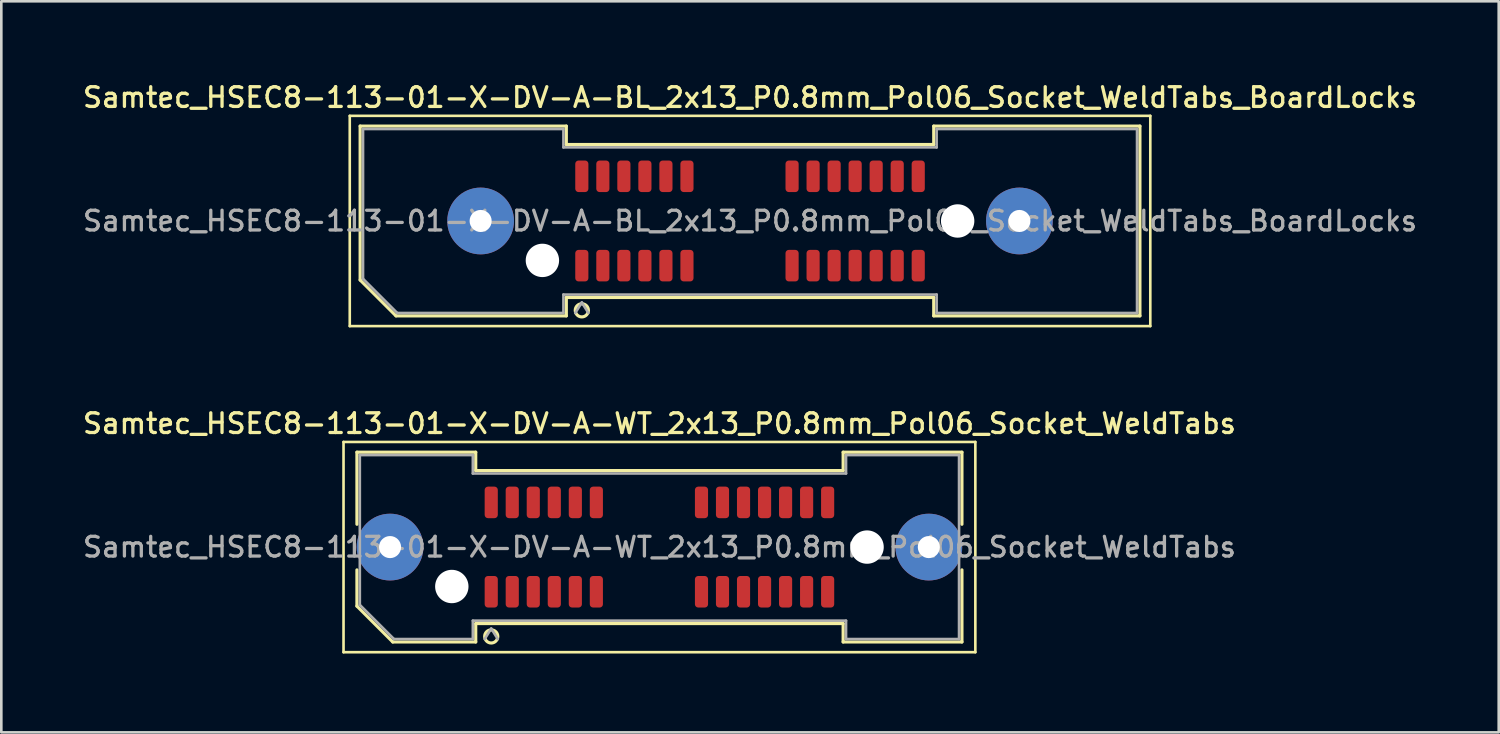
<source format=kicad_pcb>
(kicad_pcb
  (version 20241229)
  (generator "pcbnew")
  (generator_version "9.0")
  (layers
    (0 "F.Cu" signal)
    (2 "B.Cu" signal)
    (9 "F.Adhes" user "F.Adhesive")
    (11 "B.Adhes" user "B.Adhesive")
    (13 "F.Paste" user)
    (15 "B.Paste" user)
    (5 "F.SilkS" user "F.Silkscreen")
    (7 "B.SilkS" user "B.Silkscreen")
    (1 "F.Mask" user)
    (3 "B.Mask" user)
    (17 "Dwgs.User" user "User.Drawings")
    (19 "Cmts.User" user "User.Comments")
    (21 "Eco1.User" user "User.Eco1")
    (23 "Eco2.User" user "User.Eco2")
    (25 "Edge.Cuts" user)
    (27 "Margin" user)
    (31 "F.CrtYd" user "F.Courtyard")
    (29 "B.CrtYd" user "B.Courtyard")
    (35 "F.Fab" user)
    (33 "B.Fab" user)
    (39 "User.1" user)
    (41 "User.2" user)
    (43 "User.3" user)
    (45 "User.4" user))
  (footprint "Samtec_HSEC8-113-01-X-DV-A-WT_2x13_P0.8mm_Pol06_Socket_WeldTabs"
    (layer "F.Cu")
    (at 22.041 17.766)
    (property "Reference" "Samtec_HSEC8-113-01-X-DV-A-WT_2x13_P0.8mm_Pol06_Socket_WeldTabs" (at 0 -4.7 0) (layer "F.SilkS") (effects (font (size 0.75 0.75) (thickness 0.125))))
    (attr smd)
    (fp_line (start -12.02 -4) (end -12.02 4) (stroke (width 0.1) (type solid)) (layer "F.SilkS"))
    (fp_line (start -12.02 4) (end 12.02 4) (stroke (width 0.1) (type solid)) (layer "F.SilkS"))
    (fp_line (start -11.51 -3.61) (end -6.99 -3.61) (stroke (width 0.12) (type solid)) (layer "F.SilkS"))
    (fp_line (start -11.51 -0.868) (end -11.51 -3.61) (stroke (width 0.12) (type solid)) (layer "F.SilkS"))
    (fp_line (start -11.51 2.246) (end -11.51 0.868) (stroke (width 0.12) (type solid)) (layer "F.SilkS"))
    (fp_line (start -10.146 3.61) (end -11.51 2.246) (stroke (width 0.12) (type solid)) (layer "F.SilkS"))
    (fp_line (start -6.99 -3.61) (end -6.99 -2.91) (stroke (width 0.12) (type solid)) (layer "F.SilkS"))
    (fp_line (start -6.99 -2.91) (end 6.99 -2.91) (stroke (width 0.12) (type solid)) (layer "F.SilkS"))
    (fp_line (start -6.99 2.91) (end -6.99 3.61) (stroke (width 0.12) (type solid)) (layer "F.SilkS"))
    (fp_line (start -6.99 3.61) (end -10.146 3.61) (stroke (width 0.12) (type solid)) (layer "F.SilkS"))
    (fp_line (start 6.99 -3.61) (end 11.51 -3.61) (stroke (width 0.12) (type solid)) (layer "F.SilkS"))
    (fp_line (start 6.99 -2.91) (end 6.99 -3.61) (stroke (width 0.12) (type solid)) (layer "F.SilkS"))
    (fp_line (start 6.99 2.91) (end -6.99 2.91) (stroke (width 0.12) (type solid)) (layer "F.SilkS"))
    (fp_line (start 6.99 3.61) (end 6.99 2.91) (stroke (width 0.12) (type solid)) (layer "F.SilkS"))
    (fp_line (start 11.51 -3.61) (end 11.51 -0.868) (stroke (width 0.12) (type solid)) (layer "F.SilkS"))
    (fp_line (start 11.51 0.868) (end 11.51 3.61) (stroke (width 0.12) (type solid)) (layer "F.SilkS"))
    (fp_line (start 11.51 3.61) (end 6.99 3.61) (stroke (width 0.12) (type solid)) (layer "F.SilkS"))
    (fp_line (start 12.02 -4) (end -12.02 -4) (stroke (width 0.1) (type solid)) (layer "F.SilkS"))
    (fp_line (start 12.02 4) (end 12.02 -4) (stroke (width 0.1) (type solid)) (layer "F.SilkS"))
    (fp_arc (start -6.15 3.4) (mid -6.65 3.4) (end -6.15 3.4) (stroke (width 0.12) (type solid)) (layer "F.SilkS"))
    (fp_line (start -11.4 -3.5) (end -7.1 -3.5) (stroke (width 0.1) (type solid)) (layer "F.Fab"))
    (fp_line (start -11.4 2.2) (end -11.4 -3.5) (stroke (width 0.1) (type solid)) (layer "F.Fab"))
    (fp_line (start -10.1 3.5) (end -11.4 2.2) (stroke (width 0.1) (type solid)) (layer "F.Fab"))
    (fp_line (start -7.1 -3.5) (end -7.1 -2.8) (stroke (width 0.1) (type solid)) (layer "F.Fab"))
    (fp_line (start -7.1 -2.8) (end 7.1 -2.8) (stroke (width 0.1) (type solid)) (layer "F.Fab"))
    (fp_line (start -7.1 2.8) (end -7.1 3.5) (stroke (width 0.1) (type solid)) (layer "F.Fab"))
    (fp_line (start -7.1 3.5) (end -10.1 3.5) (stroke (width 0.1) (type solid)) (layer "F.Fab"))
    (fp_line (start -6.4 3.1) (end -6.65 3.5) (stroke (width 0.1) (type solid)) (layer "F.Fab"))
    (fp_line (start -6.4 3.1) (end -6.15 3.5) (stroke (width 0.1) (type solid)) (layer "F.Fab"))
    (fp_line (start 7.1 -3.5) (end 11.4 -3.5) (stroke (width 0.1) (type solid)) (layer "F.Fab"))
    (fp_line (start 7.1 -2.8) (end 7.1 -3.5) (stroke (width 0.1) (type solid)) (layer "F.Fab"))
    (fp_line (start 7.1 2.8) (end -7.1 2.8) (stroke (width 0.1) (type solid)) (layer "F.Fab"))
    (fp_line (start 7.1 3.5) (end 7.1 2.8) (stroke (width 0.1) (type solid)) (layer "F.Fab"))
    (fp_line (start 11.4 -3.5) (end 11.4 3.5) (stroke (width 0.1) (type solid)) (layer "F.Fab"))
    (fp_line (start 11.4 3.5) (end 7.1 3.5) (stroke (width 0.1) (type solid)) (layer "F.Fab"))
    (fp_text user "${REFERENCE}" (at 0 0 0) (layer "F.Fab") (effects (font (size 0.75 0.75) (thickness 0.125))))
    (pad "" thru_hole circle (at -10.25 0) (size 2.54 2.54) (drill 0.84) (layers "*.Cu" "*.Mask" "F.Paste"))
    (pad "" np_thru_hole circle (at -7.9 1.5) (size 1.27 1.27) (drill 1.27) (layers "*.Cu" "*.Mask"))
    (pad "" np_thru_hole circle (at 7.9 0) (size 1.27 1.27) (drill 1.27) (layers "*.Cu" "*.Mask"))
    (pad "" thru_hole circle (at 10.25 0) (size 2.54 2.54) (drill 0.84) (layers "*.Cu" "*.Mask" "F.Paste"))
    (pad "1" smd roundrect (at -6.4 1.7) (size 0.5 1.2) (layers "F.Cu" "F.Mask" "F.Paste") (roundrect_rratio 0.25))
    (pad "2" smd roundrect (at -6.4 -1.7) (size 0.5 1.2) (layers "F.Cu" "F.Mask" "F.Paste") (roundrect_rratio 0.25))
    (pad "3" smd roundrect (at -5.6 1.7) (size 0.5 1.2) (layers "F.Cu" "F.Mask" "F.Paste") (roundrect_rratio 0.25))
    (pad "4" smd roundrect (at -5.6 -1.7) (size 0.5 1.2) (layers "F.Cu" "F.Mask" "F.Paste") (roundrect_rratio 0.25))
    (pad "5" smd roundrect (at -4.8 1.7) (size 0.5 1.2) (layers "F.Cu" "F.Mask" "F.Paste") (roundrect_rratio 0.25))
    (pad "6" smd roundrect (at -4.8 -1.7) (size 0.5 1.2) (layers "F.Cu" "F.Mask" "F.Paste") (roundrect_rratio 0.25))
    (pad "7" smd roundrect (at -4 1.7) (size 0.5 1.2) (layers "F.Cu" "F.Mask" "F.Paste") (roundrect_rratio 0.25))
    (pad "8" smd roundrect (at -4 -1.7) (size 0.5 1.2) (layers "F.Cu" "F.Mask" "F.Paste") (roundrect_rratio 0.25))
    (pad "9" smd roundrect (at -3.2 1.7) (size 0.5 1.2) (layers "F.Cu" "F.Mask" "F.Paste") (roundrect_rratio 0.25))
    (pad "10" smd roundrect (at -3.2 -1.7) (size 0.5 1.2) (layers "F.Cu" "F.Mask" "F.Paste") (roundrect_rratio 0.25))
    (pad "11" smd roundrect (at -2.4 1.7) (size 0.5 1.2) (layers "F.Cu" "F.Mask" "F.Paste") (roundrect_rratio 0.25))
    (pad "12" smd roundrect (at -2.4 -1.7) (size 0.5 1.2) (layers "F.Cu" "F.Mask" "F.Paste") (roundrect_rratio 0.25))
    (pad "13" smd roundrect (at 1.6 1.7) (size 0.5 1.2) (layers "F.Cu" "F.Mask" "F.Paste") (roundrect_rratio 0.25))
    (pad "14" smd roundrect (at 1.6 -1.7) (size 0.5 1.2) (layers "F.Cu" "F.Mask" "F.Paste") (roundrect_rratio 0.25))
    (pad "15" smd roundrect (at 2.4 1.7) (size 0.5 1.2) (layers "F.Cu" "F.Mask" "F.Paste") (roundrect_rratio 0.25))
    (pad "16" smd roundrect (at 2.4 -1.7) (size 0.5 1.2) (layers "F.Cu" "F.Mask" "F.Paste") (roundrect_rratio 0.25))
    (pad "17" smd roundrect (at 3.2 1.7) (size 0.5 1.2) (layers "F.Cu" "F.Mask" "F.Paste") (roundrect_rratio 0.25))
    (pad "18" smd roundrect (at 3.2 -1.7) (size 0.5 1.2) (layers "F.Cu" "F.Mask" "F.Paste") (roundrect_rratio 0.25))
    (pad "19" smd roundrect (at 4 1.7) (size 0.5 1.2) (layers "F.Cu" "F.Mask" "F.Paste") (roundrect_rratio 0.25))
    (pad "20" smd roundrect (at 4 -1.7) (size 0.5 1.2) (layers "F.Cu" "F.Mask" "F.Paste") (roundrect_rratio 0.25))
    (pad "21" smd roundrect (at 4.8 1.7) (size 0.5 1.2) (layers "F.Cu" "F.Mask" "F.Paste") (roundrect_rratio 0.25))
    (pad "22" smd roundrect (at 4.8 -1.7) (size 0.5 1.2) (layers "F.Cu" "F.Mask" "F.Paste") (roundrect_rratio 0.25))
    (pad "23" smd roundrect (at 5.6 1.7) (size 0.5 1.2) (layers "F.Cu" "F.Mask" "F.Paste") (roundrect_rratio 0.25))
    (pad "24" smd roundrect (at 5.6 -1.7) (size 0.5 1.2) (layers "F.Cu" "F.Mask" "F.Paste") (roundrect_rratio 0.25))
    (pad "25" smd roundrect (at 6.4 1.7) (size 0.5 1.2) (layers "F.Cu" "F.Mask" "F.Paste") (roundrect_rratio 0.25))
    (pad "26" smd roundrect (at 6.4 -1.7) (size 0.5 1.2) (layers "F.Cu" "F.Mask" "F.Paste") (roundrect_rratio 0.25)))
  (footprint "Samtec_HSEC8-113-01-X-DV-A-BL_2x13_P0.8mm_Pol06_Socket_WeldTabs_BoardLocks"
    (layer "F.Cu")
    (at 25.488 5.358)
    (property "Reference" "Samtec_HSEC8-113-01-X-DV-A-BL_2x13_P0.8mm_Pol06_Socket_WeldTabs_BoardLocks" (at 0 -4.7 0) (layer "F.SilkS") (effects (font (size 0.75 0.75) (thickness 0.125))))
    (attr smd)
    (fp_line (start -15.23 -4) (end -15.23 4) (stroke (width 0.1) (type solid)) (layer "F.SilkS"))
    (fp_line (start -15.23 4) (end 15.23 4) (stroke (width 0.1) (type solid)) (layer "F.SilkS"))
    (fp_line (start -14.835 -3.61) (end -6.99 -3.61) (stroke (width 0.12) (type solid)) (layer "F.SilkS"))
    (fp_line (start -14.835 2.246) (end -14.835 -3.61) (stroke (width 0.12) (type solid)) (layer "F.SilkS"))
    (fp_line (start -13.471 3.61) (end -14.835 2.246) (stroke (width 0.12) (type solid)) (layer "F.SilkS"))
    (fp_line (start -6.99 -3.61) (end -6.99 -2.91) (stroke (width 0.12) (type solid)) (layer "F.SilkS"))
    (fp_line (start -6.99 -2.91) (end 6.99 -2.91) (stroke (width 0.12) (type solid)) (layer "F.SilkS"))
    (fp_line (start -6.99 2.91) (end -6.99 3.61) (stroke (width 0.12) (type solid)) (layer "F.SilkS"))
    (fp_line (start -6.99 3.61) (end -13.471 3.61) (stroke (width 0.12) (type solid)) (layer "F.SilkS"))
    (fp_line (start 6.99 -3.61) (end 14.835 -3.61) (stroke (width 0.12) (type solid)) (layer "F.SilkS"))
    (fp_line (start 6.99 -2.91) (end 6.99 -3.61) (stroke (width 0.12) (type solid)) (layer "F.SilkS"))
    (fp_line (start 6.99 2.91) (end -6.99 2.91) (stroke (width 0.12) (type solid)) (layer "F.SilkS"))
    (fp_line (start 6.99 3.61) (end 6.99 2.91) (stroke (width 0.12) (type solid)) (layer "F.SilkS"))
    (fp_line (start 14.835 -3.61) (end 14.835 3.61) (stroke (width 0.12) (type solid)) (layer "F.SilkS"))
    (fp_line (start 14.835 3.61) (end 6.99 3.61) (stroke (width 0.12) (type solid)) (layer "F.SilkS"))
    (fp_line (start 15.23 -4) (end -15.23 -4) (stroke (width 0.1) (type solid)) (layer "F.SilkS"))
    (fp_line (start 15.23 4) (end 15.23 -4) (stroke (width 0.1) (type solid)) (layer "F.SilkS"))
    (fp_circle (center -6.4 3.4) (end -6.15 3.4) (stroke (width 0.12) (type solid)) (fill no) (layer "F.SilkS"))
    (fp_line (start -14.725 -3.5) (end -7.1 -3.5) (stroke (width 0.1) (type solid)) (layer "F.Fab"))
    (fp_line (start -14.725 2.2) (end -14.725 -3.5) (stroke (width 0.1) (type solid)) (layer "F.Fab"))
    (fp_line (start -13.425 3.5) (end -14.725 2.2) (stroke (width 0.1) (type solid)) (layer "F.Fab"))
    (fp_line (start -7.1 -3.5) (end -7.1 -2.8) (stroke (width 0.1) (type solid)) (layer "F.Fab"))
    (fp_line (start -7.1 -2.8) (end 7.1 -2.8) (stroke (width 0.1) (type solid)) (layer "F.Fab"))
    (fp_line (start -7.1 2.8) (end -7.1 3.5) (stroke (width 0.1) (type solid)) (layer "F.Fab"))
    (fp_line (start -7.1 3.5) (end -13.425 3.5) (stroke (width 0.1) (type solid)) (layer "F.Fab"))
    (fp_line (start -6.4 3.1) (end -6.65 3.5) (stroke (width 0.1) (type solid)) (layer "F.Fab"))
    (fp_line (start -6.4 3.1) (end -6.15 3.5) (stroke (width 0.1) (type solid)) (layer "F.Fab"))
    (fp_line (start 7.1 -3.5) (end 14.725 -3.5) (stroke (width 0.1) (type solid)) (layer "F.Fab"))
    (fp_line (start 7.1 -2.8) (end 7.1 -3.5) (stroke (width 0.1) (type solid)) (layer "F.Fab"))
    (fp_line (start 7.1 2.8) (end -7.1 2.8) (stroke (width 0.1) (type solid)) (layer "F.Fab"))
    (fp_line (start 7.1 3.5) (end 7.1 2.8) (stroke (width 0.1) (type solid)) (layer "F.Fab"))
    (fp_line (start 14.725 -3.5) (end 14.725 3.5) (stroke (width 0.1) (type solid)) (layer "F.Fab"))
    (fp_line (start 14.725 3.5) (end 7.1 3.5) (stroke (width 0.1) (type solid)) (layer "F.Fab"))
    (fp_text user "${REFERENCE}" (at 0 0 0) (layer "F.Fab") (effects (font (size 0.75 0.75) (thickness 0.125))))
    (pad "" thru_hole circle (at -10.25 0) (size 2.54 2.54) (drill 0.84) (layers "*.Cu" "*.Mask" "F.Paste"))
    (pad "" np_thru_hole circle (at -7.9 1.5) (size 1.27 1.27) (drill 1.27) (layers "*.Cu" "*.Mask"))
    (pad "" np_thru_hole circle (at 7.9 0) (size 1.27 1.27) (drill 1.27) (layers "*.Cu" "*.Mask"))
    (pad "" thru_hole circle (at 10.25 0) (size 2.54 2.54) (drill 0.84) (layers "*.Cu" "*.Mask" "F.Paste"))
    (pad "1" smd roundrect (at -6.4 1.7) (size 0.5 1.2) (layers "F.Cu" "F.Mask" "F.Paste") (roundrect_rratio 0.25))
    (pad "2" smd roundrect (at -6.4 -1.7) (size 0.5 1.2) (layers "F.Cu" "F.Mask" "F.Paste") (roundrect_rratio 0.25))
    (pad "3" smd roundrect (at -5.6 1.7) (size 0.5 1.2) (layers "F.Cu" "F.Mask" "F.Paste") (roundrect_rratio 0.25))
    (pad "4" smd roundrect (at -5.6 -1.7) (size 0.5 1.2) (layers "F.Cu" "F.Mask" "F.Paste") (roundrect_rratio 0.25))
    (pad "5" smd roundrect (at -4.8 1.7) (size 0.5 1.2) (layers "F.Cu" "F.Mask" "F.Paste") (roundrect_rratio 0.25))
    (pad "6" smd roundrect (at -4.8 -1.7) (size 0.5 1.2) (layers "F.Cu" "F.Mask" "F.Paste") (roundrect_rratio 0.25))
    (pad "7" smd roundrect (at -4 1.7) (size 0.5 1.2) (layers "F.Cu" "F.Mask" "F.Paste") (roundrect_rratio 0.25))
    (pad "8" smd roundrect (at -4 -1.7) (size 0.5 1.2) (layers "F.Cu" "F.Mask" "F.Paste") (roundrect_rratio 0.25))
    (pad "9" smd roundrect (at -3.2 1.7) (size 0.5 1.2) (layers "F.Cu" "F.Mask" "F.Paste") (roundrect_rratio 0.25))
    (pad "10" smd roundrect (at -3.2 -1.7) (size 0.5 1.2) (layers "F.Cu" "F.Mask" "F.Paste") (roundrect_rratio 0.25))
    (pad "11" smd roundrect (at -2.4 1.7) (size 0.5 1.2) (layers "F.Cu" "F.Mask" "F.Paste") (roundrect_rratio 0.25))
    (pad "12" smd roundrect (at -2.4 -1.7) (size 0.5 1.2) (layers "F.Cu" "F.Mask" "F.Paste") (roundrect_rratio 0.25))
    (pad "13" smd roundrect (at 1.6 1.7) (size 0.5 1.2) (layers "F.Cu" "F.Mask" "F.Paste") (roundrect_rratio 0.25))
    (pad "14" smd roundrect (at 1.6 -1.7) (size 0.5 1.2) (layers "F.Cu" "F.Mask" "F.Paste") (roundrect_rratio 0.25))
    (pad "15" smd roundrect (at 2.4 1.7) (size 0.5 1.2) (layers "F.Cu" "F.Mask" "F.Paste") (roundrect_rratio 0.25))
    (pad "16" smd roundrect (at 2.4 -1.7) (size 0.5 1.2) (layers "F.Cu" "F.Mask" "F.Paste") (roundrect_rratio 0.25))
    (pad "17" smd roundrect (at 3.2 1.7) (size 0.5 1.2) (layers "F.Cu" "F.Mask" "F.Paste") (roundrect_rratio 0.25))
    (pad "18" smd roundrect (at 3.2 -1.7) (size 0.5 1.2) (layers "F.Cu" "F.Mask" "F.Paste") (roundrect_rratio 0.25))
    (pad "19" smd roundrect (at 4 1.7) (size 0.5 1.2) (layers "F.Cu" "F.Mask" "F.Paste") (roundrect_rratio 0.25))
    (pad "20" smd roundrect (at 4 -1.7) (size 0.5 1.2) (layers "F.Cu" "F.Mask" "F.Paste") (roundrect_rratio 0.25))
    (pad "21" smd roundrect (at 4.8 1.7) (size 0.5 1.2) (layers "F.Cu" "F.Mask" "F.Paste") (roundrect_rratio 0.25))
    (pad "22" smd roundrect (at 4.8 -1.7) (size 0.5 1.2) (layers "F.Cu" "F.Mask" "F.Paste") (roundrect_rratio 0.25))
    (pad "23" smd roundrect (at 5.6 1.7) (size 0.5 1.2) (layers "F.Cu" "F.Mask" "F.Paste") (roundrect_rratio 0.25))
    (pad "24" smd roundrect (at 5.6 -1.7) (size 0.5 1.2) (layers "F.Cu" "F.Mask" "F.Paste") (roundrect_rratio 0.25))
    (pad "25" smd roundrect (at 6.4 1.7) (size 0.5 1.2) (layers "F.Cu" "F.Mask" "F.Paste") (roundrect_rratio 0.25))
    (pad "26" smd roundrect (at 6.4 -1.7) (size 0.5 1.2) (layers "F.Cu" "F.Mask" "F.Paste") (roundrect_rratio 0.25)))
  (gr_rect
    (start -3 -3)
    (end 53.975 24.816)
    (stroke (width 0.1) (type default))
    (fill no)
    (layer "Edge.Cuts")))
</source>
